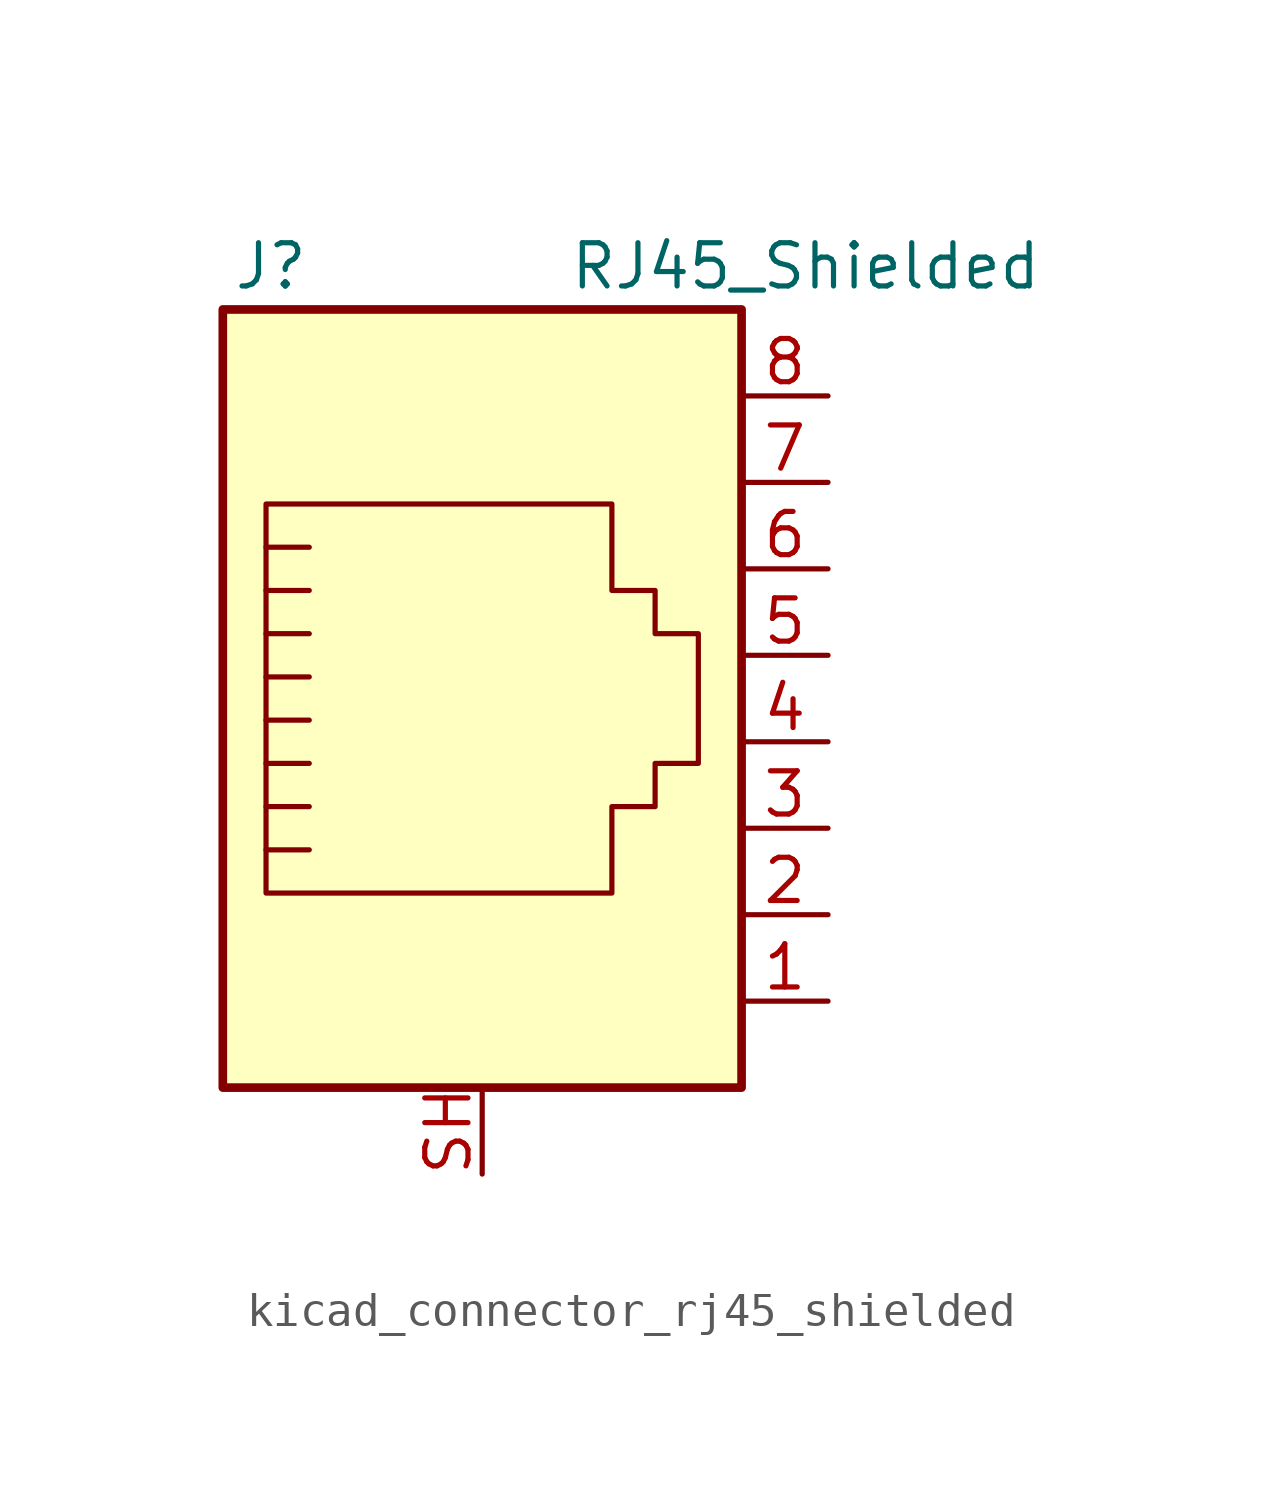
<source format=kicad_sym>
(kicad_symbol_lib
  (version 20220914)
  (generator kicad_symbol_editor)
  (symbol "kicad_connector_rj45_shielded"
    (pin_names
      (offset 1.016))
    (property "Reference" "J"
      (at -5.08 13.97 0)
      (effects (font (size 1.27 1.27)) (justify right)))
    (property "Value" "RJ45_Shielded"
      (at 2.54 13.97 0)
      (effects (font (size 1.27 1.27)) (justify left)))
    (symbol "kicad_connector_rj45_shielded_0_1"
      (polyline (pts (xy -5.08 4.445) (xy -6.35 4.445)) (stroke (width 0) (type default)) (fill (type none)))
      (polyline (pts (xy -5.08 5.715) (xy -6.35 5.715)) (stroke (width 0) (type default)) (fill (type none)))
      (polyline (pts (xy -6.35 -3.175) (xy -5.08 -3.175) (xy -5.08 -3.175)) (stroke (width 0) (type default)) (fill (type none)))
      (polyline (pts (xy -6.35 -1.905) (xy -5.08 -1.905) (xy -5.08 -1.905)) (stroke (width 0) (type default)) (fill (type none)))
      (polyline (pts (xy -6.35 -0.635) (xy -5.08 -0.635) (xy -5.08 -0.635)) (stroke (width 0) (type default)) (fill (type none)))
      (polyline (pts (xy -6.35 0.635) (xy -5.08 0.635) (xy -5.08 0.635)) (stroke (width 0) (type default)) (fill (type none)))
      (polyline (pts (xy -6.35 1.905) (xy -5.08 1.905) (xy -5.08 1.905)) (stroke (width 0) (type default)) (fill (type none)))
      (polyline (pts (xy -5.08 3.175) (xy -6.35 3.175) (xy -6.35 3.175)) (stroke (width 0) (type default)) (fill (type none)))
      (polyline (pts (xy -6.35 -4.445) (xy -6.35 6.985) (xy 3.81 6.985) (xy 3.81 4.445) (xy 5.08 4.445) (xy 5.08 3.175) (xy 6.35 3.175) (xy 6.35 -0.635) (xy 5.08 -0.635) (xy 5.08 -1.905) (xy 3.81 -1.905) (xy 3.81 -4.445) (xy -6.35 -4.445) (xy -6.35 -4.445)) (stroke (width 0) (type default)) (fill (type none)))
      (rectangle (start 7.62 12.7) (end -7.62 -10.16) (stroke (width 0.254) (type default)) (fill (type background))))
    (symbol "kicad_connector_rj45_shielded_1_1"
      (pin passive line (at 10.16 -7.62 180) (length 2.54) (name "~" (effects (font (size 1.27 1.27)))) (number "1" (effects (font (size 1.27 1.27)))))
      (pin passive line (at 10.16 -5.08 180) (length 2.54) (name "~" (effects (font (size 1.27 1.27)))) (number "2" (effects (font (size 1.27 1.27)))))
      (pin passive line (at 10.16 -2.54 180) (length 2.54) (name "~" (effects (font (size 1.27 1.27)))) (number "3" (effects (font (size 1.27 1.27)))))
      (pin passive line (at 10.16 0 180) (length 2.54) (name "~" (effects (font (size 1.27 1.27)))) (number "4" (effects (font (size 1.27 1.27)))))
      (pin passive line (at 10.16 2.54 180) (length 2.54) (name "~" (effects (font (size 1.27 1.27)))) (number "5" (effects (font (size 1.27 1.27)))))
      (pin passive line (at 10.16 5.08 180) (length 2.54) (name "~" (effects (font (size 1.27 1.27)))) (number "6" (effects (font (size 1.27 1.27)))))
      (pin passive line (at 10.16 7.62 180) (length 2.54) (name "~" (effects (font (size 1.27 1.27)))) (number "7" (effects (font (size 1.27 1.27)))))
      (pin passive line (at 10.16 10.16 180) (length 2.54) (name "~" (effects (font (size 1.27 1.27)))) (number "8" (effects (font (size 1.27 1.27)))))
      (pin passive line (at 0 -12.7 90) (length 2.54) (name "~" (effects (font (size 1.27 1.27)))) (number "SH" (effects (font (size 1.27 1.27))))))))
</source>
